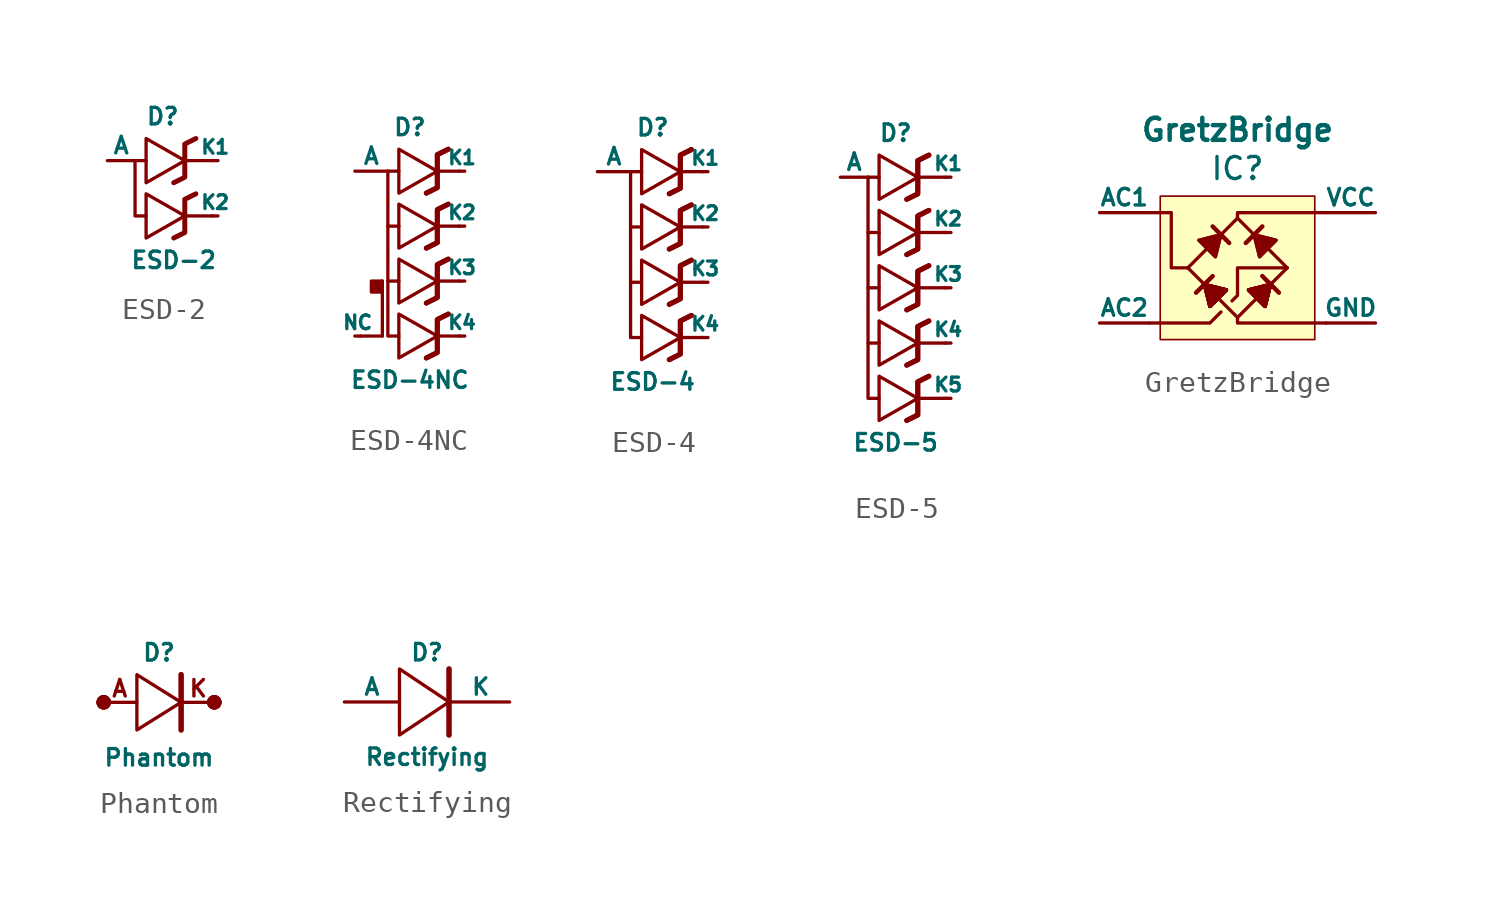
<source format=kicad_sym>
(kicad_symbol_lib
  (version 20220914)
  (generator kicad_symbol_editor)
  (symbol "ESD-2"
    (pin_numbers hide)
    (pin_names
      (offset 0))
    (property "Reference" "D"
      (at 0 3.302 0)
      (effects (font (size 0.762 0.762))))
    (property "Value" "ESD-2"
      (at 0.508 -3.302 0)
      (effects (font (size 0.762 0.762))))
    (symbol "ESD-2_0_1"
      (polyline (pts (xy -1.27 1.27) (xy -0.762 1.27)) (stroke (width 0) (type solid)) (fill (type none)))
      (polyline (pts (xy 2.286 -1.27) (xy 1.016 -1.27)) (stroke (width 0) (type solid)) (fill (type none)))
      (polyline (pts (xy 2.286 1.27) (xy 1.016 1.27)) (stroke (width 0) (type solid)) (fill (type none)))
      (polyline (pts (xy -1.27 1.27) (xy -1.27 -1.27) (xy -0.762 -1.27)) (stroke (width 0) (type solid)) (fill (type none)))
      (polyline (pts (xy 0.508 -2.286) (xy 1.016 -2.032) (xy 1.016 -0.508) (xy 1.524 -0.254)) (stroke (width 0.229) (type solid)) (fill (type none)))
      (polyline (pts (xy 0.508 0.254) (xy 1.016 0.508) (xy 1.016 2.032) (xy 1.524 2.286)) (stroke (width 0.229) (type solid)) (fill (type none)))
      (polyline (pts (xy 1.016 -1.27) (xy -0.762 -0.254) (xy -0.762 -2.286) (xy 1.016 -1.27)) (stroke (width 0) (type solid)) (fill (type none)))
      (polyline (pts (xy -0.762 1.27) (xy -0.762 0.254) (xy 1.016 1.27) (xy -0.762 2.286) (xy -0.762 1.27)) (stroke (width 0) (type solid)) (fill (type none))))
    (symbol "ESD-2_1_1"
      (pin passive line (at 2.54 1.27 180) (length 0.254) (name "K1" (effects (font (size 0.635 0.635)))) (number "1" (effects (font (size 0.635 0.635)))))
      (pin passive line (at -2.54 1.27 0) (length 1.27) (name "A" (effects (font (size 0.762 0.762)))) (number "2" (effects (font (size 0.762 0.762)))))
      (pin passive line (at 2.54 -1.27 180) (length 0.254) (name "K2" (effects (font (size 0.635 0.635)))) (number "3" (effects (font (size 0.635 0.635)))))))
  (symbol "ESD-4NC"
    (pin_numbers hide)
    (pin_names
      (offset 0))
    (property "Reference" "D"
      (at 0 5.842 0)
      (effects (font (size 0.762 0.762))))
    (property "Value" "ESD-4NC"
      (at 0 -5.842 0)
      (effects (font (size 0.762 0.762))))
    (symbol "ESD-4NC_0_1"
      (rectangle (start -2.286 -3.81) (end -1.27 -3.81) (stroke (width 0) (type solid)) (fill (type none)))
      (rectangle (start -1.27 -3.81) (end -1.27 -1.27) (stroke (width 0) (type solid)) (fill (type none)))
      (polyline (pts (xy -1.016 -1.27) (xy -0.508 -1.27)) (stroke (width 0) (type solid)) (fill (type none)))
      (polyline (pts (xy -1.016 3.81) (xy -0.508 3.81)) (stroke (width 0) (type solid)) (fill (type none)))
      (polyline (pts (xy -0.508 1.27) (xy -1.016 1.27)) (stroke (width 0) (type solid)) (fill (type none)))
      (polyline (pts (xy 1.27 -1.27) (xy 2.286 -1.27)) (stroke (width 0) (type solid)) (fill (type none)))
      (polyline (pts (xy 2.286 -3.81) (xy 1.27 -3.81)) (stroke (width 0) (type solid)) (fill (type none)))
      (polyline (pts (xy 2.286 1.27) (xy 1.27 1.27)) (stroke (width 0) (type solid)) (fill (type none)))
      (polyline (pts (xy 2.286 3.81) (xy 1.27 3.81)) (stroke (width 0) (type solid)) (fill (type none)))
      (polyline (pts (xy -0.508 -3.81) (xy -1.016 -3.81) (xy -1.016 3.81)) (stroke (width 0) (type solid)) (fill (type none)))
      (polyline (pts (xy -1.27 -1.27) (xy -1.778 -1.27) (xy -1.778 -1.778) (xy -1.27 -1.778)) (stroke (width 0) (type solid)) (fill (type outline)))
      (polyline (pts (xy 0.762 -4.826) (xy 1.27 -4.572) (xy 1.27 -3.048) (xy 1.778 -2.794)) (stroke (width 0.229) (type solid)) (fill (type none)))
      (polyline (pts (xy 0.762 -4.826) (xy 1.27 -4.572) (xy 1.27 -3.048) (xy 1.778 -2.794)) (stroke (width 0.229) (type solid)) (fill (type none)))
      (polyline (pts (xy 0.762 -2.286) (xy 1.27 -2.032) (xy 1.27 -0.508) (xy 1.778 -0.254)) (stroke (width 0.229) (type solid)) (fill (type none)))
      (polyline (pts (xy 0.762 -2.286) (xy 1.27 -2.032) (xy 1.27 -0.508) (xy 1.778 -0.254)) (stroke (width 0.229) (type solid)) (fill (type none)))
      (polyline (pts (xy 0.762 0.254) (xy 1.27 0.508) (xy 1.27 2.032) (xy 1.778 2.286)) (stroke (width 0.229) (type solid)) (fill (type none)))
      (polyline (pts (xy 0.762 0.254) (xy 1.27 0.508) (xy 1.27 2.032) (xy 1.778 2.286)) (stroke (width 0.229) (type solid)) (fill (type none)))
      (polyline (pts (xy 0.762 2.794) (xy 1.27 3.048) (xy 1.27 4.572) (xy 1.778 4.826)) (stroke (width 0.229) (type solid)) (fill (type none)))
      (polyline (pts (xy 0.762 2.794) (xy 1.27 3.048) (xy 1.27 4.572) (xy 1.778 4.826)) (stroke (width 0.229) (type solid)) (fill (type none)))
      (polyline (pts (xy 1.27 -3.81) (xy -0.508 -2.794) (xy -0.508 -4.826) (xy 1.27 -3.81)) (stroke (width 0) (type solid)) (fill (type none)))
      (polyline (pts (xy 1.27 1.27) (xy -0.508 2.286) (xy -0.508 0.254) (xy 1.27 1.27)) (stroke (width 0) (type solid)) (fill (type none)))
      (polyline (pts (xy -0.508 -1.27) (xy -0.508 -2.286) (xy 1.27 -1.27) (xy -0.508 -0.254) (xy -0.508 -1.27)) (stroke (width 0) (type solid)) (fill (type none)))
      (polyline (pts (xy -0.508 3.81) (xy -0.508 2.794) (xy 1.27 3.81) (xy -0.508 4.826) (xy -0.508 3.81)) (stroke (width 0) (type solid)) (fill (type none))))
    (symbol "ESD-4NC_1_1"
      (pin passive line (at 2.54 3.81 180) (length 0.254) (name "K1" (effects (font (size 0.635 0.635)))) (number "1" (effects (font (size 0.635 0.635)))))
      (pin passive line (at -2.54 3.81 0) (length 1.524) (name "A" (effects (font (size 0.762 0.762)))) (number "2" (effects (font (size 0.762 0.762)))))
      (pin passive line (at 2.54 1.27 180) (length 0.254) (name "K2" (effects (font (size 0.635 0.635)))) (number "3" (effects (font (size 0.635 0.635)))))
      (pin passive line (at 2.54 -1.27 180) (length 0.254) (name "K3" (effects (font (size 0.635 0.635)))) (number "4" (effects (font (size 0.635 0.635)))))
      (pin passive line (at -2.54 -3.81 0) (length 0.254) (name "NC" (effects (font (size 0.635 0.635)))) (number "5" (effects (font (size 0.635 0.635)))))
      (pin passive line (at 2.54 -3.81 180) (length 0.254) (name "K4" (effects (font (size 0.635 0.635)))) (number "6" (effects (font (size 0.635 0.635)))))))
  (symbol "ESD-4"
    (pin_numbers hide)
    (pin_names
      (offset 0))
    (property "Reference" "D"
      (at 0 5.842 0)
      (effects (font (size 0.762 0.762))))
    (property "Value" "ESD-4"
      (at 0 -5.842 0)
      (effects (font (size 0.762 0.762))))
    (symbol "ESD-4_0_1"
      (polyline (pts (xy -1.016 -1.27) (xy -0.508 -1.27)) (stroke (width 0) (type solid)) (fill (type none)))
      (polyline (pts (xy -1.016 3.81) (xy -0.508 3.81)) (stroke (width 0) (type solid)) (fill (type none)))
      (polyline (pts (xy -0.508 1.27) (xy -1.016 1.27)) (stroke (width 0) (type solid)) (fill (type none)))
      (polyline (pts (xy 1.27 -1.27) (xy 2.286 -1.27)) (stroke (width 0) (type solid)) (fill (type none)))
      (polyline (pts (xy 2.286 -3.81) (xy 1.27 -3.81)) (stroke (width 0) (type solid)) (fill (type none)))
      (polyline (pts (xy 2.286 1.27) (xy 1.27 1.27)) (stroke (width 0) (type solid)) (fill (type none)))
      (polyline (pts (xy 2.286 3.81) (xy 1.27 3.81)) (stroke (width 0) (type solid)) (fill (type none)))
      (polyline (pts (xy -0.508 -3.81) (xy -1.016 -3.81) (xy -1.016 3.81)) (stroke (width 0) (type solid)) (fill (type none)))
      (polyline (pts (xy 0.762 -4.826) (xy 1.27 -4.572) (xy 1.27 -3.048) (xy 1.778 -2.794)) (stroke (width 0.229) (type solid)) (fill (type none)))
      (polyline (pts (xy 0.762 -4.826) (xy 1.27 -4.572) (xy 1.27 -3.048) (xy 1.778 -2.794)) (stroke (width 0.229) (type solid)) (fill (type none)))
      (polyline (pts (xy 0.762 -2.286) (xy 1.27 -2.032) (xy 1.27 -0.508) (xy 1.778 -0.254)) (stroke (width 0.229) (type solid)) (fill (type none)))
      (polyline (pts (xy 0.762 -2.286) (xy 1.27 -2.032) (xy 1.27 -0.508) (xy 1.778 -0.254)) (stroke (width 0.229) (type solid)) (fill (type none)))
      (polyline (pts (xy 0.762 0.254) (xy 1.27 0.508) (xy 1.27 2.032) (xy 1.778 2.286)) (stroke (width 0.229) (type solid)) (fill (type none)))
      (polyline (pts (xy 0.762 0.254) (xy 1.27 0.508) (xy 1.27 2.032) (xy 1.778 2.286)) (stroke (width 0.229) (type solid)) (fill (type none)))
      (polyline (pts (xy 0.762 2.794) (xy 1.27 3.048) (xy 1.27 4.572) (xy 1.778 4.826)) (stroke (width 0.229) (type solid)) (fill (type none)))
      (polyline (pts (xy 0.762 2.794) (xy 1.27 3.048) (xy 1.27 4.572) (xy 1.778 4.826)) (stroke (width 0.229) (type solid)) (fill (type none)))
      (polyline (pts (xy 1.27 -3.81) (xy -0.508 -2.794) (xy -0.508 -4.826) (xy 1.27 -3.81)) (stroke (width 0) (type solid)) (fill (type none)))
      (polyline (pts (xy 1.27 1.27) (xy -0.508 2.286) (xy -0.508 0.254) (xy 1.27 1.27)) (stroke (width 0) (type solid)) (fill (type none)))
      (polyline (pts (xy -0.508 -1.27) (xy -0.508 -2.286) (xy 1.27 -1.27) (xy -0.508 -0.254) (xy -0.508 -1.27)) (stroke (width 0) (type solid)) (fill (type none)))
      (polyline (pts (xy -0.508 3.81) (xy -0.508 2.794) (xy 1.27 3.81) (xy -0.508 4.826) (xy -0.508 3.81)) (stroke (width 0) (type solid)) (fill (type none))))
    (symbol "ESD-4_1_1"
      (pin passive line (at 2.54 3.81 180) (length 0.254) (name "K1" (effects (font (size 0.635 0.635)))) (number "1" (effects (font (size 0.635 0.635)))))
      (pin passive line (at -2.54 3.81 0) (length 1.524) (name "A" (effects (font (size 0.762 0.762)))) (number "2" (effects (font (size 0.762 0.762)))))
      (pin passive line (at 2.54 1.27 180) (length 0.254) (name "K2" (effects (font (size 0.635 0.635)))) (number "3" (effects (font (size 0.635 0.635)))))
      (pin passive line (at 2.54 -1.27 180) (length 0.254) (name "K3" (effects (font (size 0.635 0.635)))) (number "4" (effects (font (size 0.635 0.635)))))
      (pin passive line (at 2.54 -3.81 180) (length 0.254) (name "K4" (effects (font (size 0.635 0.635)))) (number "5" (effects (font (size 0.635 0.635)))))))
  (symbol "ESD-5"
    (pin_numbers hide)
    (pin_names
      (offset 0))
    (property "Reference" "D"
      (at 0 5.842 0)
      (effects (font (size 0.762 0.762))))
    (property "Value" "ESD-5"
      (at 0 -8.382 0)
      (effects (font (size 0.762 0.762))))
    (symbol "ESD-5_0_1"
      (polyline (pts (xy -1.27 -1.27) (xy -0.762 -1.27)) (stroke (width 0) (type solid)) (fill (type none)))
      (polyline (pts (xy -1.27 3.81) (xy -0.762 3.81)) (stroke (width 0) (type solid)) (fill (type none)))
      (polyline (pts (xy -0.762 -3.81) (xy -1.27 -3.81)) (stroke (width 0) (type solid)) (fill (type none)))
      (polyline (pts (xy -0.762 1.27) (xy -1.27 1.27)) (stroke (width 0) (type solid)) (fill (type none)))
      (polyline (pts (xy 2.286 -6.35) (xy 1.016 -6.35)) (stroke (width 0) (type solid)) (fill (type none)))
      (polyline (pts (xy 2.286 -3.81) (xy 1.016 -3.81)) (stroke (width 0) (type solid)) (fill (type none)))
      (polyline (pts (xy 2.286 -1.27) (xy 1.016 -1.27)) (stroke (width 0) (type solid)) (fill (type none)))
      (polyline (pts (xy 2.286 1.27) (xy 1.016 1.27)) (stroke (width 0) (type solid)) (fill (type none)))
      (polyline (pts (xy 2.286 3.81) (xy 1.016 3.81)) (stroke (width 0) (type solid)) (fill (type none)))
      (polyline (pts (xy -1.27 3.81) (xy -1.27 -6.35) (xy -0.762 -6.35)) (stroke (width 0) (type solid)) (fill (type none)))
      (polyline (pts (xy 0.508 -7.366) (xy 1.016 -7.112) (xy 1.016 -5.588) (xy 1.524 -5.334)) (stroke (width 0.229) (type solid)) (fill (type none)))
      (polyline (pts (xy 0.508 -7.366) (xy 1.016 -7.112) (xy 1.016 -5.588) (xy 1.524 -5.334)) (stroke (width 0.229) (type solid)) (fill (type none)))
      (polyline (pts (xy 0.508 -4.826) (xy 1.016 -4.572) (xy 1.016 -3.048) (xy 1.524 -2.794)) (stroke (width 0.229) (type solid)) (fill (type none)))
      (polyline (pts (xy 0.508 -4.826) (xy 1.016 -4.572) (xy 1.016 -3.048) (xy 1.524 -2.794)) (stroke (width 0.229) (type solid)) (fill (type none)))
      (polyline (pts (xy 0.508 -2.286) (xy 1.016 -2.032) (xy 1.016 -0.508) (xy 1.524 -0.254)) (stroke (width 0.229) (type solid)) (fill (type none)))
      (polyline (pts (xy 0.508 -2.286) (xy 1.016 -2.032) (xy 1.016 -0.508) (xy 1.524 -0.254)) (stroke (width 0.229) (type solid)) (fill (type none)))
      (polyline (pts (xy 0.508 0.254) (xy 1.016 0.508) (xy 1.016 2.032) (xy 1.524 2.286)) (stroke (width 0.229) (type solid)) (fill (type none)))
      (polyline (pts (xy 0.508 0.254) (xy 1.016 0.508) (xy 1.016 2.032) (xy 1.524 2.286)) (stroke (width 0.229) (type solid)) (fill (type none)))
      (polyline (pts (xy 0.508 2.794) (xy 1.016 3.048) (xy 1.016 4.572) (xy 1.524 4.826)) (stroke (width 0.229) (type solid)) (fill (type none)))
      (polyline (pts (xy 0.508 2.794) (xy 1.016 3.048) (xy 1.016 4.572) (xy 1.524 4.826)) (stroke (width 0.229) (type solid)) (fill (type none)))
      (polyline (pts (xy 1.016 -6.35) (xy -0.762 -5.334) (xy -0.762 -7.366) (xy 1.016 -6.35)) (stroke (width 0) (type solid)) (fill (type none)))
      (polyline (pts (xy 1.016 -3.81) (xy -0.762 -2.794) (xy -0.762 -4.826) (xy 1.016 -3.81)) (stroke (width 0) (type solid)) (fill (type none)))
      (polyline (pts (xy 1.016 1.27) (xy -0.762 2.286) (xy -0.762 0.254) (xy 1.016 1.27)) (stroke (width 0) (type solid)) (fill (type none)))
      (polyline (pts (xy -0.762 -1.27) (xy -0.762 -2.286) (xy 1.016 -1.27) (xy -0.762 -0.254) (xy -0.762 -1.27)) (stroke (width 0) (type solid)) (fill (type none)))
      (polyline (pts (xy -0.762 3.81) (xy -0.762 2.794) (xy 1.016 3.81) (xy -0.762 4.826) (xy -0.762 3.81)) (stroke (width 0) (type solid)) (fill (type none))))
    (symbol "ESD-5_1_1"
      (pin passive line (at 2.54 3.81 180) (length 0.254) (name "K1" (effects (font (size 0.635 0.635)))) (number "1" (effects (font (size 0.635 0.635)))))
      (pin passive line (at -2.54 3.81 0) (length 1.27) (name "A" (effects (font (size 0.762 0.762)))) (number "2" (effects (font (size 0.762 0.762)))))
      (pin passive line (at 2.54 1.27 180) (length 0.254) (name "K2" (effects (font (size 0.635 0.635)))) (number "3" (effects (font (size 0.635 0.635)))))
      (pin passive line (at 2.54 -1.27 180) (length 0.254) (name "K3" (effects (font (size 0.635 0.635)))) (number "4" (effects (font (size 0.635 0.635)))))
      (pin passive line (at 2.54 -3.81 180) (length 0.254) (name "K4" (effects (font (size 0.635 0.635)))) (number "5" (effects (font (size 0.635 0.635)))))
      (pin passive line (at 2.54 -6.35 180) (length 0.254) (name "K5" (effects (font (size 0.635 0.635)))) (number "6" (effects (font (size 0.635 0.635)))))))
  (symbol "GretzBridge"
    (pin_numbers hide)
    (pin_names
      (offset 0))
    (property "Reference" "IC"
      (at 0 4.572 0)
      (effects (font (size 1.016 1.016))))
    (property "Value" "GretzBridge"
      (at 0 6.35 0)
      (effects (font (size 1.016 1.016) bold)))
    (symbol "GretzBridge_0_1"
      (rectangle (start -3.556 3.302) (end 3.556 -3.302) (stroke (width 0.076) (type solid)) (fill (type background)))
      (polyline (pts (xy -2.286 0) (xy 0 2.286)) (stroke (width 0) (type solid)) (fill (type none)))
      (polyline (pts (xy -1.905 -1.143) (xy -1.143 -0.381)) (stroke (width 0) (type solid)) (fill (type none)))
      (polyline (pts (xy -1.905 -1.143) (xy -1.143 -0.381)) (stroke (width 0.203) (type solid)) (fill (type none)))
      (polyline (pts (xy -1.143 1.905) (xy -0.381 1.143)) (stroke (width 0.203) (type solid)) (fill (type none)))
      (polyline (pts (xy 0 -2.286) (xy -2.286 0)) (stroke (width 0) (type solid)) (fill (type none)))
      (polyline (pts (xy 0 -2.286) (xy 2.286 0)) (stroke (width 0) (type solid)) (fill (type none)))
      (polyline (pts (xy 0 2.286) (xy 2.286 0)) (stroke (width 0) (type solid)) (fill (type none)))
      (polyline (pts (xy 0.381 1.143) (xy 1.143 1.905)) (stroke (width 0.203) (type solid)) (fill (type none)))
      (polyline (pts (xy 1.143 -0.381) (xy 1.905 -1.143)) (stroke (width 0) (type solid)) (fill (type none)))
      (polyline (pts (xy 1.143 -0.381) (xy 1.905 -1.143)) (stroke (width 0.203) (type solid)) (fill (type none)))
      (polyline (pts (xy -0.762 -2.032) (xy -1.27 -2.54) (xy -4.064 -2.54)) (stroke (width 0) (type solid)) (fill (type none)))
      (polyline (pts (xy 0 2.286) (xy 0 2.54) (xy 4.064 2.54)) (stroke (width 0) (type solid)) (fill (type none)))
      (polyline (pts (xy 4.064 -2.54) (xy 0 -2.54) (xy 0 -2.286)) (stroke (width 0) (type solid)) (fill (type none)))
      (polyline (pts (xy -2.286 0) (xy -3.048 0) (xy -3.048 2.54) (xy -4.064 2.54)) (stroke (width 0) (type solid)) (fill (type none)))
      (polyline (pts (xy -1.524 -0.762) (xy -1.27 -1.778) (xy -0.508 -1.016) (xy -1.524 -0.762)) (stroke (width 0) (type solid)) (fill (type outline)))
      (polyline (pts (xy -1.524 -0.762) (xy -1.27 -1.778) (xy -0.508 -1.016) (xy -1.524 -0.762)) (stroke (width 0) (type solid)) (fill (type outline)))
      (polyline (pts (xy -1.524 -0.762) (xy -1.27 -1.778) (xy -0.508 -1.016) (xy -1.524 -0.762)) (stroke (width 0) (type solid)) (fill (type outline)))
      (polyline (pts (xy -1.524 -0.762) (xy -1.27 -1.778) (xy -0.508 -1.016) (xy -1.524 -0.762)) (stroke (width 0) (type solid)) (fill (type outline)))
      (polyline (pts (xy -1.524 -0.762) (xy -1.27 -1.778) (xy -0.508 -1.016) (xy -1.524 -0.762)) (stroke (width 0) (type solid)) (fill (type outline)))
      (polyline (pts (xy -1.524 -0.762) (xy -1.27 -1.778) (xy -0.508 -1.016) (xy -1.524 -0.762)) (stroke (width 0) (type solid)) (fill (type outline)))
      (polyline (pts (xy -1.524 -0.762) (xy -1.27 -1.778) (xy -0.508 -1.016) (xy -1.524 -0.762)) (stroke (width 0) (type solid)) (fill (type outline)))
      (polyline (pts (xy -1.524 -0.762) (xy -1.27 -1.778) (xy -0.508 -1.016) (xy -1.524 -0.762)) (stroke (width 0) (type solid)) (fill (type outline)))
      (polyline (pts (xy -0.762 1.524) (xy -1.778 1.27) (xy -1.016 0.508) (xy -0.762 1.524)) (stroke (width 0) (type solid)) (fill (type outline)))
      (polyline (pts (xy -0.762 1.524) (xy -1.778 1.27) (xy -1.016 0.508) (xy -0.762 1.524)) (stroke (width 0) (type solid)) (fill (type outline)))
      (polyline (pts (xy 0.762 1.524) (xy 1.016 0.508) (xy 1.778 1.27) (xy 0.762 1.524)) (stroke (width 0) (type solid)) (fill (type outline)))
      (polyline (pts (xy 0.762 1.524) (xy 1.016 0.508) (xy 1.778 1.27) (xy 0.762 1.524)) (stroke (width 0) (type solid)) (fill (type outline)))
      (polyline (pts (xy 1.524 -0.762) (xy 0.508 -1.016) (xy 1.27 -1.778) (xy 1.524 -0.762)) (stroke (width 0) (type solid)) (fill (type outline)))
      (polyline (pts (xy 1.524 -0.762) (xy 0.508 -1.016) (xy 1.27 -1.778) (xy 1.524 -0.762)) (stroke (width 0) (type solid)) (fill (type outline)))
      (polyline (pts (xy 1.524 -0.762) (xy 0.508 -1.016) (xy 1.27 -1.778) (xy 1.524 -0.762)) (stroke (width 0) (type solid)) (fill (type outline)))
      (polyline (pts (xy 1.524 -0.762) (xy 0.508 -1.016) (xy 1.27 -1.778) (xy 1.524 -0.762)) (stroke (width 0) (type solid)) (fill (type outline)))
      (polyline (pts (xy 1.524 -0.762) (xy 0.508 -1.016) (xy 1.27 -1.778) (xy 1.524 -0.762)) (stroke (width 0) (type solid)) (fill (type outline)))
      (polyline (pts (xy 1.524 -0.762) (xy 0.508 -1.016) (xy 1.27 -1.778) (xy 1.524 -0.762)) (stroke (width 0) (type solid)) (fill (type outline)))
      (polyline (pts (xy 1.524 -0.762) (xy 0.508 -1.016) (xy 1.27 -1.778) (xy 1.524 -0.762)) (stroke (width 0) (type solid)) (fill (type outline)))
      (polyline (pts (xy 1.524 -0.762) (xy 0.508 -1.016) (xy 1.27 -1.778) (xy 1.524 -0.762)) (stroke (width 0) (type solid)) (fill (type outline)))
      (polyline (pts (xy 2.286 0) (xy 0 0) (xy 0 -1.27) (xy -0.254 -1.524)) (stroke (width 0) (type solid)) (fill (type none))))
    (symbol "GretzBridge_1_1"
      (pin passive line (at 6.35 2.54 180) (length 2.286) (name "VCC" (effects (font (size 0.762 0.762)))) (number "1" (effects (font (size 0.762 0.762)))))
      (pin passive line (at 6.35 -2.54 180) (length 2.286) (name "GND" (effects (font (size 0.762 0.762)))) (number "2" (effects (font (size 0.762 0.762)))))
      (pin passive line (at -6.35 2.54 0) (length 2.286) (name "AC1" (effects (font (size 0.762 0.762)))) (number "3" (effects (font (size 0.762 0.762)))))
      (pin passive line (at -6.35 -2.54 0) (length 2.286) (name "AC2" (effects (font (size 0.762 0.762)))) (number "4" (effects (font (size 0.762 0.762)))))))
  (symbol "Phantom"
    (pin_numbers hide)
    (pin_names
      (offset 0))
    (property "Reference" "D"
      (at 0 2.286 0)
      (effects (font (size 0.762 0.762))))
    (property "Value" "Phantom"
      (at 0 -2.54 0)
      (effects (font (size 0.762 0.762))))
    (symbol "Phantom_0_0"
      (text "A" (at -1.803 0.635 0) (effects (font (size 0.762 0.762))))
      (text "K" (at 1.803 0.635 0) (effects (font (size 0.762 0.762)))))
    (symbol "Phantom_0_1"
      (polyline (pts (xy -2.54 0) (xy -1.016 0)) (stroke (width 0) (type solid)) (fill (type none)))
      (polyline (pts (xy 1.016 1.27) (xy 1.016 -1.27)) (stroke (width 0.254) (type solid)) (fill (type none)))
      (polyline (pts (xy -1.016 1.27) (xy -1.016 -1.27) (xy 1.016 0) (xy -1.016 1.27)) (stroke (width 0) (type solid)) (fill (type none))))
    (symbol "Phantom_1_1"
      (circle (center -2.54 0) (radius 0.254) (stroke (width 0) (type solid)) (fill (type outline)))
      (circle (center -2.54 0) (radius 0.254) (stroke (width 0) (type solid)) (fill (type outline)))
      (circle (center -2.54 0) (radius 0.254) (stroke (width 0) (type solid)) (fill (type outline)))
      (circle (center -2.54 0) (radius 0.254) (stroke (width 0) (type solid)) (fill (type outline)))
      (polyline (pts (xy 1.016 0) (xy 2.54 0)) (stroke (width 0) (type solid)) (fill (type none)))
      (circle (center 2.54 0) (radius 0.254) (stroke (width 0) (type solid)) (fill (type outline)))
      (circle (center 2.54 0) (radius 0.254) (stroke (width 0) (type solid)) (fill (type outline)))
      (circle (center 2.54 0) (radius 0.254) (stroke (width 0) (type solid)) (fill (type outline)))
      (circle (center 2.54 0) (radius 0.254) (stroke (width 0) (type solid)) (fill (type outline)))))
  (symbol "Rectifying"
    (pin_numbers hide)
    (pin_names
      (offset 0))
    (property "Reference" "D"
      (at 0 2.286 0)
      (effects (font (size 0.762 0.762))))
    (property "Value" "Rectifying"
      (at 0 -2.54 0)
      (effects (font (size 0.762 0.762))))
    (symbol "Rectifying_0_1"
      (polyline (pts (xy 1.016 1.524) (xy 1.016 -1.524)) (stroke (width 0.254) (type solid)) (fill (type none)))
      (polyline (pts (xy -1.27 1.524) (xy -1.27 -1.524) (xy 1.016 0) (xy -1.27 1.524)) (stroke (width 0) (type solid)) (fill (type none))))
    (symbol "Rectifying_1_1"
      (pin passive line (at 3.81 0 180) (length 2.667) (name "K" (effects (font (size 0.762 0.762)))) (number "1" (effects (font (size 0.762 0.762)))))
      (pin passive line (at -3.81 0 0) (length 2.54) (name "A" (effects (font (size 0.762 0.762)))) (number "2" (effects (font (size 0.762 0.762))))))))
</source>
